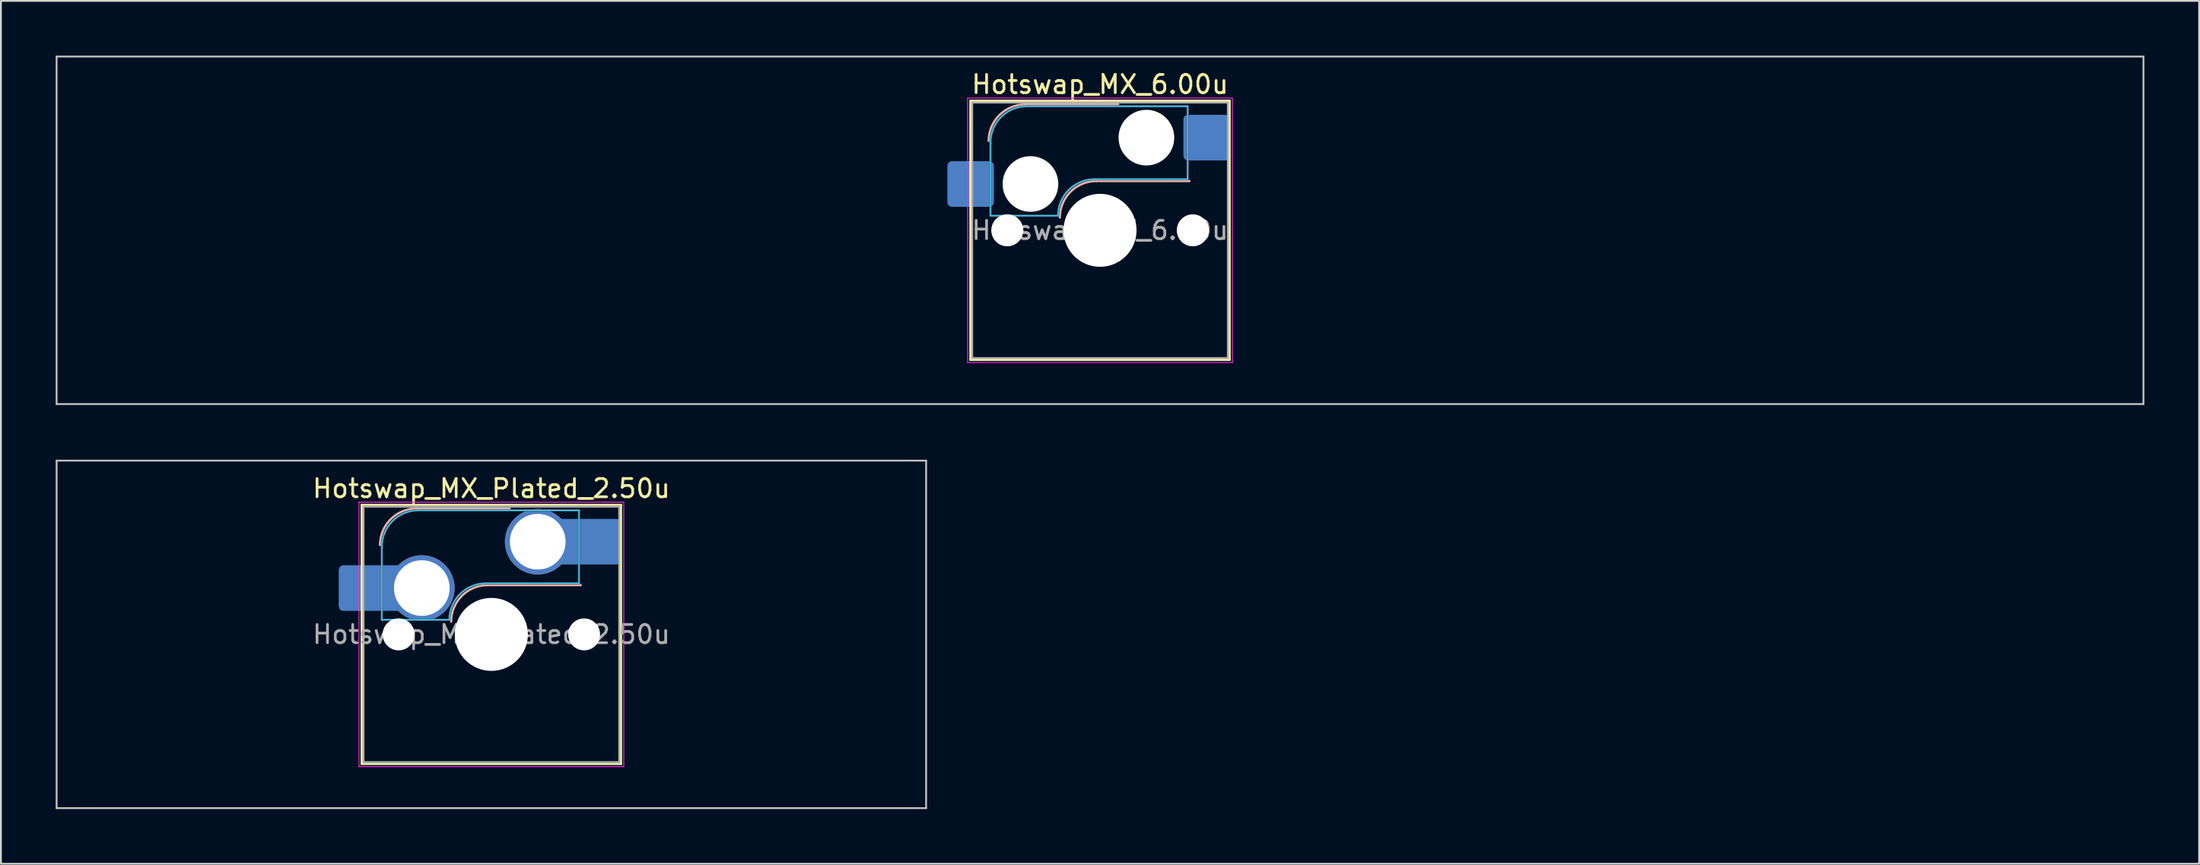
<source format=kicad_pcb>
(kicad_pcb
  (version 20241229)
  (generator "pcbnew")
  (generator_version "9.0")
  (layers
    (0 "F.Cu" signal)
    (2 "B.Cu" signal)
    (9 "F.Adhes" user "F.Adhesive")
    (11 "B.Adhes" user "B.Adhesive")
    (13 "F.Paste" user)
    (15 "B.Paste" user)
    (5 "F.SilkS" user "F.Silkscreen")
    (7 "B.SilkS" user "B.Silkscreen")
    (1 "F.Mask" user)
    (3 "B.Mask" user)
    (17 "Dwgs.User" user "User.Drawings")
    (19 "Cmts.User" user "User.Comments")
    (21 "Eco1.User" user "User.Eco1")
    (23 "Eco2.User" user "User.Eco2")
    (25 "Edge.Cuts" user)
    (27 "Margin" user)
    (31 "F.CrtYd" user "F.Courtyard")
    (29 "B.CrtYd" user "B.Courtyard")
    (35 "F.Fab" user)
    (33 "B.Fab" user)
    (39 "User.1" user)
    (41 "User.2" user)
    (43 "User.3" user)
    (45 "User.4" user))
  (footprint "Hotswap_MX_6.00u"
    (layer "F.Cu")
    (at 57.2 9.575)
    (property "Reference" "Hotswap_MX_6.00u" (at 0 -8 0) (layer "F.SilkS") (effects (font (size 1 1) (thickness 0.15))))
    (attr smd)
    (fp_line (start -7.1 -7.1) (end -7.1 7.1) (stroke (width 0.12) (type solid)) (layer "F.SilkS"))
    (fp_line (start -7.1 7.1) (end 7.1 7.1) (stroke (width 0.12) (type solid)) (layer "F.SilkS"))
    (fp_line (start 7.1 -7.1) (end -7.1 -7.1) (stroke (width 0.12) (type solid)) (layer "F.SilkS"))
    (fp_line (start 7.1 7.1) (end 7.1 -7.1) (stroke (width 0.12) (type solid)) (layer "F.SilkS"))
    (fp_line (start -4.1 -6.9) (end 1 -6.9) (stroke (width 0.12) (type solid)) (layer "B.SilkS"))
    (fp_line (start -0.2 -2.7) (end 4.9 -2.7) (stroke (width 0.12) (type solid)) (layer "B.SilkS"))
    (fp_arc (start -6.1 -4.9) (mid -5.514214 -6.314214) (end -4.1 -6.9) (stroke (width 0.12) (type solid)) (layer "B.SilkS"))
    (fp_arc (start -2.2 -0.7) (mid -1.614214 -2.114214) (end -0.2 -2.7) (stroke (width 0.12) (type solid)) (layer "B.SilkS"))
    (fp_line (start -57.15 -9.525) (end -57.15 9.525) (stroke (width 0.1) (type solid)) (layer "Dwgs.User"))
    (fp_line (start -57.15 9.525) (end 57.15 9.525) (stroke (width 0.1) (type solid)) (layer "Dwgs.User"))
    (fp_line (start 57.15 -9.525) (end -57.15 -9.525) (stroke (width 0.1) (type solid)) (layer "Dwgs.User"))
    (fp_line (start 57.15 9.525) (end 57.15 -9.525) (stroke (width 0.1) (type solid)) (layer "Dwgs.User"))
    (fp_line (start -7.8 -6) (end -7 -6) (stroke (width 0.1) (type solid)) (layer "Eco1.User"))
    (fp_line (start -7.8 -2.9) (end -7.8 -6) (stroke (width 0.1) (type solid)) (layer "Eco1.User"))
    (fp_line (start -7.8 2.9) (end -7 2.9) (stroke (width 0.1) (type solid)) (layer "Eco1.User"))
    (fp_line (start -7.8 6) (end -7.8 2.9) (stroke (width 0.1) (type solid)) (layer "Eco1.User"))
    (fp_line (start -7 -7) (end 7 -7) (stroke (width 0.1) (type solid)) (layer "Eco1.User"))
    (fp_line (start -7 -6) (end -7 -7) (stroke (width 0.1) (type solid)) (layer "Eco1.User"))
    (fp_line (start -7 -2.9) (end -7.8 -2.9) (stroke (width 0.1) (type solid)) (layer "Eco1.User"))
    (fp_line (start -7 2.9) (end -7 -2.9) (stroke (width 0.1) (type solid)) (layer "Eco1.User"))
    (fp_line (start -7 6) (end -7.8 6) (stroke (width 0.1) (type solid)) (layer "Eco1.User"))
    (fp_line (start -7 7) (end -7 6) (stroke (width 0.1) (type solid)) (layer "Eco1.User"))
    (fp_line (start 7 -7) (end 7 -6) (stroke (width 0.1) (type solid)) (layer "Eco1.User"))
    (fp_line (start 7 -6) (end 7.8 -6) (stroke (width 0.1) (type solid)) (layer "Eco1.User"))
    (fp_line (start 7 -2.9) (end 7 2.9) (stroke (width 0.1) (type solid)) (layer "Eco1.User"))
    (fp_line (start 7 2.9) (end 7.8 2.9) (stroke (width 0.1) (type solid)) (layer "Eco1.User"))
    (fp_line (start 7 6) (end 7 7) (stroke (width 0.1) (type solid)) (layer "Eco1.User"))
    (fp_line (start 7 7) (end -7 7) (stroke (width 0.1) (type solid)) (layer "Eco1.User"))
    (fp_line (start 7.8 -6) (end 7.8 -2.9) (stroke (width 0.1) (type solid)) (layer "Eco1.User"))
    (fp_line (start 7.8 -2.9) (end 7 -2.9) (stroke (width 0.1) (type solid)) (layer "Eco1.User"))
    (fp_line (start 7.8 2.9) (end 7.8 6) (stroke (width 0.1) (type solid)) (layer "Eco1.User"))
    (fp_line (start 7.8 6) (end 7 6) (stroke (width 0.1) (type solid)) (layer "Eco1.User"))
    (fp_line (start -6 -0.8) (end -6 -4.8) (stroke (width 0.05) (type solid)) (layer "B.CrtYd"))
    (fp_line (start -6 -0.8) (end -2.3 -0.8) (stroke (width 0.05) (type solid)) (layer "B.CrtYd"))
    (fp_line (start -4 -6.8) (end 4.8 -6.8) (stroke (width 0.05) (type solid)) (layer "B.CrtYd"))
    (fp_line (start -0.3 -2.8) (end 4.8 -2.8) (stroke (width 0.05) (type solid)) (layer "B.CrtYd"))
    (fp_line (start 4.8 -6.8) (end 4.8 -2.8) (stroke (width 0.05) (type solid)) (layer "B.CrtYd"))
    (fp_arc (start -6 -4.8) (mid -5.414214 -6.214214) (end -4 -6.8) (stroke (width 0.05) (type solid)) (layer "B.CrtYd"))
    (fp_arc (start -2.3 -0.8) (mid -1.714214 -2.214214) (end -0.3 -2.8) (stroke (width 0.05) (type solid)) (layer "B.CrtYd"))
    (fp_line (start -7.25 -7.25) (end -7.25 7.25) (stroke (width 0.05) (type solid)) (layer "F.CrtYd"))
    (fp_line (start -7.25 7.25) (end 7.25 7.25) (stroke (width 0.05) (type solid)) (layer "F.CrtYd"))
    (fp_line (start 7.25 -7.25) (end -7.25 -7.25) (stroke (width 0.05) (type solid)) (layer "F.CrtYd"))
    (fp_line (start 7.25 7.25) (end 7.25 -7.25) (stroke (width 0.05) (type solid)) (layer "F.CrtYd"))
    (fp_line (start -6 -0.8) (end -6 -4.8) (stroke (width 0.12) (type solid)) (layer "B.Fab"))
    (fp_line (start -6 -0.8) (end -2.3 -0.8) (stroke (width 0.12) (type solid)) (layer "B.Fab"))
    (fp_line (start -4 -6.8) (end 4.8 -6.8) (stroke (width 0.12) (type solid)) (layer "B.Fab"))
    (fp_line (start -0.3 -2.8) (end 4.8 -2.8) (stroke (width 0.12) (type solid)) (layer "B.Fab"))
    (fp_line (start 4.8 -6.8) (end 4.8 -2.8) (stroke (width 0.12) (type solid)) (layer "B.Fab"))
    (fp_arc (start -6 -4.8) (mid -5.414214 -6.214214) (end -4 -6.8) (stroke (width 0.12) (type solid)) (layer "B.Fab"))
    (fp_arc (start -2.3 -0.8) (mid -1.714214 -2.214214) (end -0.3 -2.8) (stroke (width 0.12) (type solid)) (layer "B.Fab"))
    (fp_line (start -7 -7) (end -7 7) (stroke (width 0.1) (type solid)) (layer "F.Fab"))
    (fp_line (start -7 7) (end 7 7) (stroke (width 0.1) (type solid)) (layer "F.Fab"))
    (fp_line (start 7 -7) (end -7 -7) (stroke (width 0.1) (type solid)) (layer "F.Fab"))
    (fp_line (start 7 7) (end 7 -7) (stroke (width 0.1) (type solid)) (layer "F.Fab"))
    (fp_text user "${REFERENCE}" (at 0 0 0) (layer "F.Fab") (effects (font (size 1 1) (thickness 0.15))))
    (pad "" np_thru_hole circle (at -5.08 0) (size 1.75 1.75) (drill 1.75) (layers "*.Cu" "*.Mask"))
    (pad "" np_thru_hole circle (at -3.81 -2.54) (size 3.05 3.05) (drill 3.05) (layers "*.Cu" "*.Mask"))
    (pad "" np_thru_hole circle (at 0 0) (size 4 4) (drill 4) (layers "*.Cu" "*.Mask"))
    (pad "" np_thru_hole circle (at 2.54 -5.08) (size 3.05 3.05) (drill 3.05) (layers "*.Cu" "*.Mask"))
    (pad "" np_thru_hole circle (at 5.08 0) (size 1.75 1.75) (drill 1.75) (layers "*.Cu" "*.Mask"))
    (pad "1" smd roundrect (at -7.085 -2.54) (size 2.55 2.5) (layers "B.Cu" "B.Mask" "B.Paste") (roundrect_rratio 0.1))
    (pad "2" smd roundrect (at 5.842 -5.08) (size 2.55 2.5) (layers "B.Cu" "B.Mask" "B.Paste") (roundrect_rratio 0.1)))
  (footprint "Hotswap_MX_Plated_2.50u"
    (layer "F.Cu")
    (at 23.863 31.725)
    (property "Reference" "Hotswap_MX_Plated_2.50u" (at 0 -8 0) (layer "F.SilkS") (effects (font (size 1 1) (thickness 0.15))))
    (attr smd allow_soldermask_bridges)
    (fp_line (start -7.1 -7.1) (end -7.1 7.1) (stroke (width 0.12) (type solid)) (layer "F.SilkS"))
    (fp_line (start -7.1 7.1) (end 7.1 7.1) (stroke (width 0.12) (type solid)) (layer "F.SilkS"))
    (fp_line (start 7.1 -7.1) (end -7.1 -7.1) (stroke (width 0.12) (type solid)) (layer "F.SilkS"))
    (fp_line (start 7.1 7.1) (end 7.1 -7.1) (stroke (width 0.12) (type solid)) (layer "F.SilkS"))
    (fp_line (start -4.1 -6.9) (end 1 -6.9) (stroke (width 0.12) (type solid)) (layer "B.SilkS"))
    (fp_line (start -0.2 -2.7) (end 4.9 -2.7) (stroke (width 0.12) (type solid)) (layer "B.SilkS"))
    (fp_arc (start -6.1 -4.9) (mid -5.514214 -6.314214) (end -4.1 -6.9) (stroke (width 0.12) (type solid)) (layer "B.SilkS"))
    (fp_arc (start -2.2 -0.7) (mid -1.614214 -2.114214) (end -0.2 -2.7) (stroke (width 0.12) (type solid)) (layer "B.SilkS"))
    (fp_line (start -23.812 -9.525) (end -23.812 9.525) (stroke (width 0.1) (type solid)) (layer "Dwgs.User"))
    (fp_line (start -23.812 9.525) (end 23.812 9.525) (stroke (width 0.1) (type solid)) (layer "Dwgs.User"))
    (fp_line (start 23.812 -9.525) (end -23.812 -9.525) (stroke (width 0.1) (type solid)) (layer "Dwgs.User"))
    (fp_line (start 23.812 9.525) (end 23.812 -9.525) (stroke (width 0.1) (type solid)) (layer "Dwgs.User"))
    (fp_line (start -7.8 -6) (end -7 -6) (stroke (width 0.1) (type solid)) (layer "Eco1.User"))
    (fp_line (start -7.8 -2.9) (end -7.8 -6) (stroke (width 0.1) (type solid)) (layer "Eco1.User"))
    (fp_line (start -7.8 2.9) (end -7 2.9) (stroke (width 0.1) (type solid)) (layer "Eco1.User"))
    (fp_line (start -7.8 6) (end -7.8 2.9) (stroke (width 0.1) (type solid)) (layer "Eco1.User"))
    (fp_line (start -7 -7) (end 7 -7) (stroke (width 0.1) (type solid)) (layer "Eco1.User"))
    (fp_line (start -7 -6) (end -7 -7) (stroke (width 0.1) (type solid)) (layer "Eco1.User"))
    (fp_line (start -7 -2.9) (end -7.8 -2.9) (stroke (width 0.1) (type solid)) (layer "Eco1.User"))
    (fp_line (start -7 2.9) (end -7 -2.9) (stroke (width 0.1) (type solid)) (layer "Eco1.User"))
    (fp_line (start -7 6) (end -7.8 6) (stroke (width 0.1) (type solid)) (layer "Eco1.User"))
    (fp_line (start -7 7) (end -7 6) (stroke (width 0.1) (type solid)) (layer "Eco1.User"))
    (fp_line (start 7 -7) (end 7 -6) (stroke (width 0.1) (type solid)) (layer "Eco1.User"))
    (fp_line (start 7 -6) (end 7.8 -6) (stroke (width 0.1) (type solid)) (layer "Eco1.User"))
    (fp_line (start 7 -2.9) (end 7 2.9) (stroke (width 0.1) (type solid)) (layer "Eco1.User"))
    (fp_line (start 7 2.9) (end 7.8 2.9) (stroke (width 0.1) (type solid)) (layer "Eco1.User"))
    (fp_line (start 7 6) (end 7 7) (stroke (width 0.1) (type solid)) (layer "Eco1.User"))
    (fp_line (start 7 7) (end -7 7) (stroke (width 0.1) (type solid)) (layer "Eco1.User"))
    (fp_line (start 7.8 -6) (end 7.8 -2.9) (stroke (width 0.1) (type solid)) (layer "Eco1.User"))
    (fp_line (start 7.8 -2.9) (end 7 -2.9) (stroke (width 0.1) (type solid)) (layer "Eco1.User"))
    (fp_line (start 7.8 2.9) (end 7.8 6) (stroke (width 0.1) (type solid)) (layer "Eco1.User"))
    (fp_line (start 7.8 6) (end 7 6) (stroke (width 0.1) (type solid)) (layer "Eco1.User"))
    (fp_line (start -6 -0.8) (end -6 -4.8) (stroke (width 0.05) (type solid)) (layer "B.CrtYd"))
    (fp_line (start -6 -0.8) (end -2.3 -0.8) (stroke (width 0.05) (type solid)) (layer "B.CrtYd"))
    (fp_line (start -4 -6.8) (end 4.8 -6.8) (stroke (width 0.05) (type solid)) (layer "B.CrtYd"))
    (fp_line (start -0.3 -2.8) (end 4.8 -2.8) (stroke (width 0.05) (type solid)) (layer "B.CrtYd"))
    (fp_line (start 4.8 -6.8) (end 4.8 -2.8) (stroke (width 0.05) (type solid)) (layer "B.CrtYd"))
    (fp_arc (start -6 -4.8) (mid -5.414214 -6.214214) (end -4 -6.8) (stroke (width 0.05) (type solid)) (layer "B.CrtYd"))
    (fp_arc (start -2.3 -0.8) (mid -1.714214 -2.214214) (end -0.3 -2.8) (stroke (width 0.05) (type solid)) (layer "B.CrtYd"))
    (fp_line (start -7.25 -7.25) (end -7.25 7.25) (stroke (width 0.05) (type solid)) (layer "F.CrtYd"))
    (fp_line (start -7.25 7.25) (end 7.25 7.25) (stroke (width 0.05) (type solid)) (layer "F.CrtYd"))
    (fp_line (start 7.25 -7.25) (end -7.25 -7.25) (stroke (width 0.05) (type solid)) (layer "F.CrtYd"))
    (fp_line (start 7.25 7.25) (end 7.25 -7.25) (stroke (width 0.05) (type solid)) (layer "F.CrtYd"))
    (fp_line (start -6 -0.8) (end -6 -4.8) (stroke (width 0.12) (type solid)) (layer "B.Fab"))
    (fp_line (start -6 -0.8) (end -2.3 -0.8) (stroke (width 0.12) (type solid)) (layer "B.Fab"))
    (fp_line (start -4 -6.8) (end 4.8 -6.8) (stroke (width 0.12) (type solid)) (layer "B.Fab"))
    (fp_line (start -0.3 -2.8) (end 4.8 -2.8) (stroke (width 0.12) (type solid)) (layer "B.Fab"))
    (fp_line (start 4.8 -6.8) (end 4.8 -2.8) (stroke (width 0.12) (type solid)) (layer "B.Fab"))
    (fp_arc (start -6 -4.8) (mid -5.414214 -6.214214) (end -4 -6.8) (stroke (width 0.12) (type solid)) (layer "B.Fab"))
    (fp_arc (start -2.3 -0.8) (mid -1.714214 -2.214214) (end -0.3 -2.8) (stroke (width 0.12) (type solid)) (layer "B.Fab"))
    (fp_line (start -7 -7) (end -7 7) (stroke (width 0.1) (type solid)) (layer "F.Fab"))
    (fp_line (start -7 7) (end 7 7) (stroke (width 0.1) (type solid)) (layer "F.Fab"))
    (fp_line (start 7 -7) (end -7 -7) (stroke (width 0.1) (type solid)) (layer "F.Fab"))
    (fp_line (start 7 7) (end 7 -7) (stroke (width 0.1) (type solid)) (layer "F.Fab"))
    (fp_text user "${REFERENCE}" (at 0 0 0) (layer "F.Fab") (effects (font (size 1 1) (thickness 0.15))))
    (pad "" smd roundrect (at -7.085 -2.54) (size 2.55 2.5) (layers "B.Mask" "B.Paste") (roundrect_rratio 0.1))
    (pad "" np_thru_hole circle (at -5.08 0) (size 1.75 1.75) (drill 1.75) (layers "*.Cu" "*.Mask"))
    (pad "" np_thru_hole circle (at 0 0) (size 4 4) (drill 4) (layers "*.Cu" "*.Mask"))
    (pad "" np_thru_hole circle (at 5.08 0) (size 1.75 1.75) (drill 1.75) (layers "*.Cu" "*.Mask"))
    (pad "" smd roundrect (at 5.842 -5.08) (size 2.55 2.5) (layers "B.Mask" "B.Paste") (roundrect_rratio 0.1))
    (pad "1" smd roundrect (at -6.585 -2.54) (size 3.55 2.5) (layers "B.Cu") (roundrect_rratio 0.1))
    (pad "1" thru_hole circle (at -3.81 -2.54) (size 3.6 3.6) (drill 3.05) (layers "*.Cu" "*.Mask"))
    (pad "2" thru_hole circle (at 2.54 -5.08) (size 3.6 3.6) (drill 3.05) (layers "*.Cu" "*.Mask"))
    (pad "2" smd roundrect (at 5.32 -5.08) (size 3.55 2.5) (layers "B.Cu") (roundrect_rratio 0.1)))
  (gr_rect
    (start -3 -3)
    (end 117.4 44.3)
    (stroke (width 0.1) (type default))
    (fill no)
    (layer "Edge.Cuts")))
</source>
